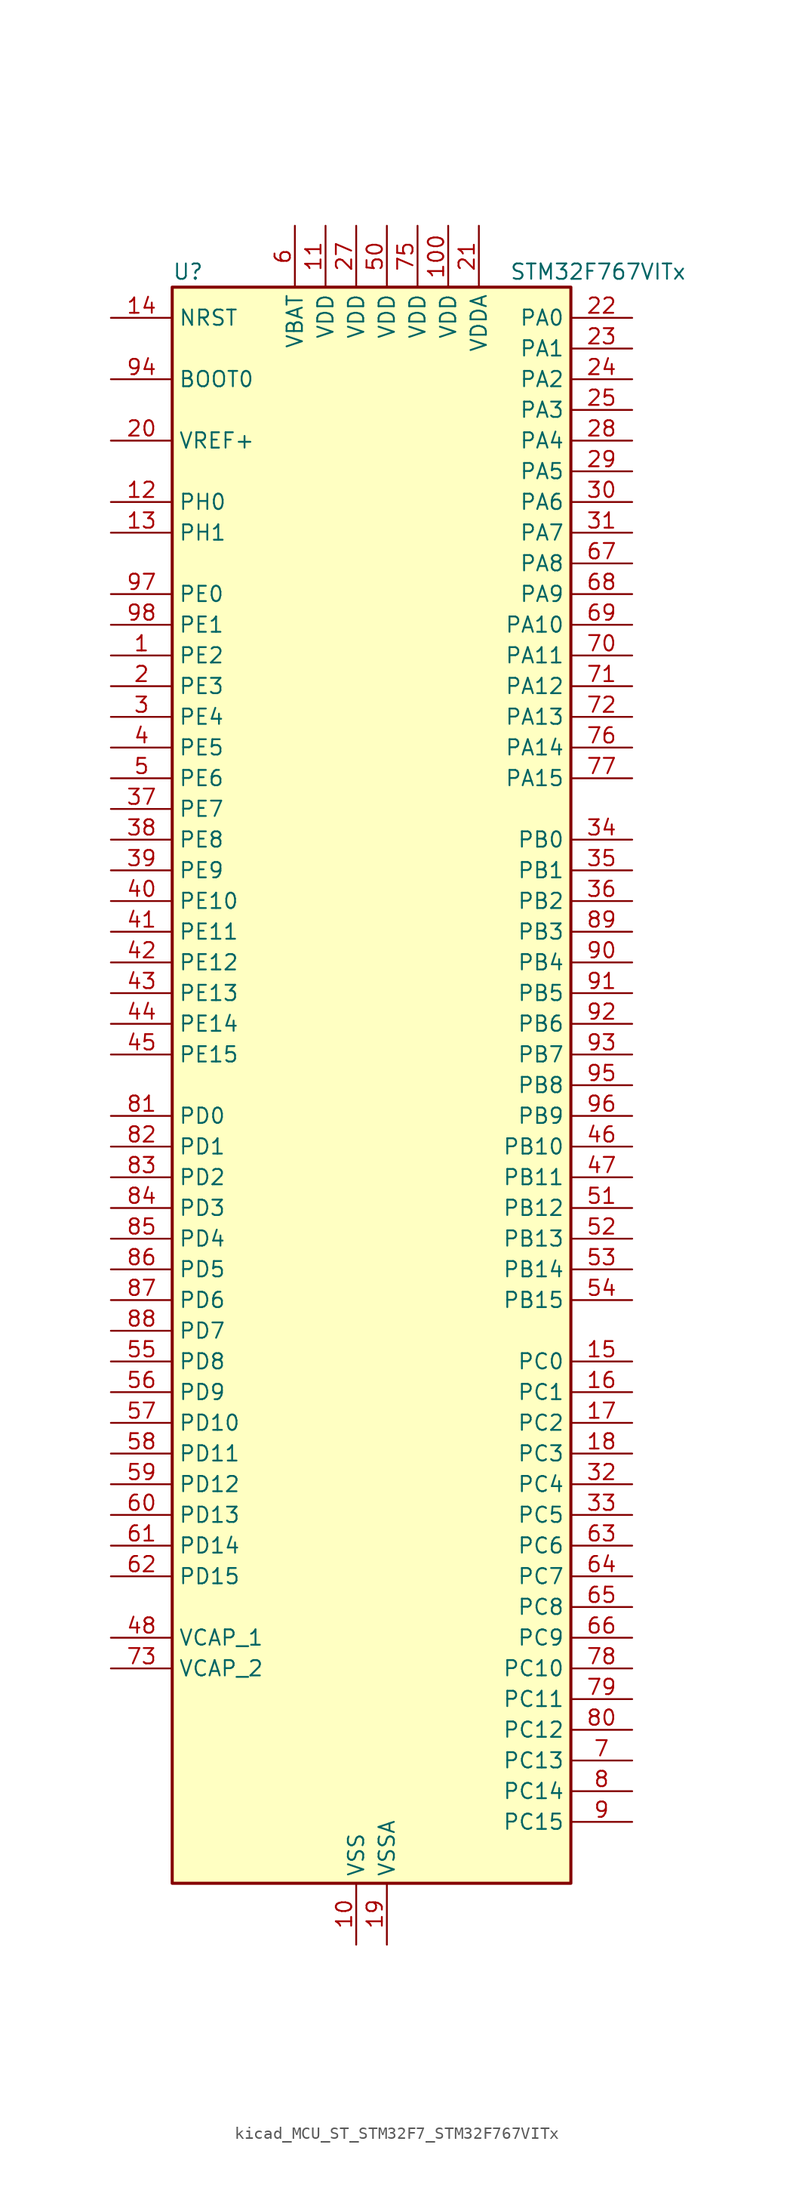
<source format=kicad_sym>
(kicad_symbol_lib
  (version 20220914)
  (generator kicad_symbol_editor)
  (symbol "kicad_MCU_ST_STM32F7_STM32F767VITx"
    (property "Reference" "U"
      (at -15.24 67.31 0)
      (effects (font (size 1.27 1.27)) (justify left)))
    (property "Value" "STM32F767VITx"
      (at 12.7 67.31 0)
      (effects (font (size 1.27 1.27)) (justify left)))
    (property "ki_locked" ""
      (at 0 0 0)
      (effects (font (size 1.27 1.27))))
    (symbol "kicad_MCU_ST_STM32F7_STM32F767VITx_0_1"
      (rectangle (start -15.24 -66.04) (end 17.78 66.04) (stroke (width 0.254) (type default)) (fill (type background))))
    (symbol "kicad_MCU_ST_STM32F7_STM32F767VITx_1_1"
      (pin bidirectional line (at -20.32 35.56 0) (length 5.08) (name "PE2" (effects (font (size 1.27 1.27)))) (number "1" (effects (font (size 1.27 1.27)))) (alternate "ETH_TXD3" bidirectional line) (alternate "FMC_A23" bidirectional line) (alternate "QUADSPI_BK1_IO2" bidirectional line) (alternate "SAI1_MCLK_A" bidirectional line) (alternate "SPI4_SCK" bidirectional line) (alternate "SYS_TRACECLK" bidirectional line))
      (pin power_in line (at 0 -71.12 90) (length 5.08) (name "VSS" (effects (font (size 1.27 1.27)))) (number "10" (effects (font (size 1.27 1.27)))))
      (pin power_in line (at 7.62 71.12 270) (length 5.08) (name "VDD" (effects (font (size 1.27 1.27)))) (number "100" (effects (font (size 1.27 1.27)))))
      (pin power_in line (at -2.54 71.12 270) (length 5.08) (name "VDD" (effects (font (size 1.27 1.27)))) (number "11" (effects (font (size 1.27 1.27)))))
      (pin bidirectional line (at -20.32 48.26 0) (length 5.08) (name "PH0" (effects (font (size 1.27 1.27)))) (number "12" (effects (font (size 1.27 1.27)))) (alternate "RCC_OSC_IN" bidirectional line))
      (pin bidirectional line (at -20.32 45.72 0) (length 5.08) (name "PH1" (effects (font (size 1.27 1.27)))) (number "13" (effects (font (size 1.27 1.27)))) (alternate "RCC_OSC_OUT" bidirectional line))
      (pin input line (at -20.32 63.5 0) (length 5.08) (name "NRST" (effects (font (size 1.27 1.27)))) (number "14" (effects (font (size 1.27 1.27)))))
      (pin bidirectional line (at 22.86 -22.86 180) (length 5.08) (name "PC0" (effects (font (size 1.27 1.27)))) (number "15" (effects (font (size 1.27 1.27)))) (alternate "ADC1_IN10" bidirectional line) (alternate "ADC2_IN10" bidirectional line) (alternate "ADC3_IN10" bidirectional line) (alternate "DFSDM1_CKIN0" bidirectional line) (alternate "DFSDM1_DATIN4" bidirectional line) (alternate "FMC_SDNWE" bidirectional line) (alternate "LTDC_R5" bidirectional line) (alternate "SAI2_FS_B" bidirectional line) (alternate "USB_OTG_HS_ULPI_STP" bidirectional line))
      (pin bidirectional line (at 22.86 -25.4 180) (length 5.08) (name "PC1" (effects (font (size 1.27 1.27)))) (number "16" (effects (font (size 1.27 1.27)))) (alternate "ADC1_IN11" bidirectional line) (alternate "ADC2_IN11" bidirectional line) (alternate "ADC3_IN11" bidirectional line) (alternate "DFSDM1_CKIN4" bidirectional line) (alternate "DFSDM1_DATIN0" bidirectional line) (alternate "ETH_MDC" bidirectional line) (alternate "I2S2_SD" bidirectional line) (alternate "MDIOS_MDC" bidirectional line) (alternate "RTC_TAMP3" bidirectional line) (alternate "RTC_TS" bidirectional line) (alternate "SAI1_SD_A" bidirectional line) (alternate "SPI2_MOSI" bidirectional line) (alternate "SYS_TRACED0" bidirectional line) (alternate "SYS_WKUP3" bidirectional line))
      (pin bidirectional line (at 22.86 -27.94 180) (length 5.08) (name "PC2" (effects (font (size 1.27 1.27)))) (number "17" (effects (font (size 1.27 1.27)))) (alternate "ADC1_IN12" bidirectional line) (alternate "ADC2_IN12" bidirectional line) (alternate "ADC3_IN12" bidirectional line) (alternate "DFSDM1_CKIN1" bidirectional line) (alternate "DFSDM1_CKOUT" bidirectional line) (alternate "ETH_TXD2" bidirectional line) (alternate "FMC_SDNE0" bidirectional line) (alternate "SPI2_MISO" bidirectional line) (alternate "USB_OTG_HS_ULPI_DIR" bidirectional line))
      (pin bidirectional line (at 22.86 -30.48 180) (length 5.08) (name "PC3" (effects (font (size 1.27 1.27)))) (number "18" (effects (font (size 1.27 1.27)))) (alternate "ADC1_IN13" bidirectional line) (alternate "ADC2_IN13" bidirectional line) (alternate "ADC3_IN13" bidirectional line) (alternate "DFSDM1_DATIN1" bidirectional line) (alternate "ETH_TX_CLK" bidirectional line) (alternate "FMC_SDCKE0" bidirectional line) (alternate "I2S2_SD" bidirectional line) (alternate "SPI2_MOSI" bidirectional line) (alternate "USB_OTG_HS_ULPI_NXT" bidirectional line))
      (pin power_in line (at 2.54 -71.12 90) (length 5.08) (name "VSSA" (effects (font (size 1.27 1.27)))) (number "19" (effects (font (size 1.27 1.27)))))
      (pin bidirectional line (at -20.32 33.02 0) (length 5.08) (name "PE3" (effects (font (size 1.27 1.27)))) (number "2" (effects (font (size 1.27 1.27)))) (alternate "FMC_A19" bidirectional line) (alternate "SAI1_SD_B" bidirectional line) (alternate "SYS_TRACED0" bidirectional line))
      (pin input line (at -20.32 53.34 0) (length 5.08) (name "VREF+" (effects (font (size 1.27 1.27)))) (number "20" (effects (font (size 1.27 1.27)))))
      (pin power_in line (at 10.16 71.12 270) (length 5.08) (name "VDDA" (effects (font (size 1.27 1.27)))) (number "21" (effects (font (size 1.27 1.27)))))
      (pin bidirectional line (at 22.86 63.5 180) (length 5.08) (name "PA0" (effects (font (size 1.27 1.27)))) (number "22" (effects (font (size 1.27 1.27)))) (alternate "ADC1_IN0" bidirectional line) (alternate "ADC2_IN0" bidirectional line) (alternate "ADC3_IN0" bidirectional line) (alternate "ETH_CRS" bidirectional line) (alternate "SAI2_SD_B" bidirectional line) (alternate "SYS_WKUP1" bidirectional line) (alternate "TIM2_CH1" bidirectional line) (alternate "TIM2_ETR" bidirectional line) (alternate "TIM5_CH1" bidirectional line) (alternate "TIM8_ETR" bidirectional line) (alternate "UART4_TX" bidirectional line) (alternate "USART2_CTS" bidirectional line))
      (pin bidirectional line (at 22.86 60.96 180) (length 5.08) (name "PA1" (effects (font (size 1.27 1.27)))) (number "23" (effects (font (size 1.27 1.27)))) (alternate "ADC1_IN1" bidirectional line) (alternate "ADC2_IN1" bidirectional line) (alternate "ADC3_IN1" bidirectional line) (alternate "ETH_REF_CLK" bidirectional line) (alternate "ETH_RX_CLK" bidirectional line) (alternate "LTDC_R2" bidirectional line) (alternate "QUADSPI_BK1_IO3" bidirectional line) (alternate "SAI2_MCLK_B" bidirectional line) (alternate "TIM2_CH2" bidirectional line) (alternate "TIM5_CH2" bidirectional line) (alternate "UART4_RX" bidirectional line) (alternate "USART2_DE" bidirectional line) (alternate "USART2_RTS" bidirectional line))
      (pin bidirectional line (at 22.86 58.42 180) (length 5.08) (name "PA2" (effects (font (size 1.27 1.27)))) (number "24" (effects (font (size 1.27 1.27)))) (alternate "ADC1_IN2" bidirectional line) (alternate "ADC2_IN2" bidirectional line) (alternate "ADC3_IN2" bidirectional line) (alternate "ETH_MDIO" bidirectional line) (alternate "LTDC_R1" bidirectional line) (alternate "MDIOS_MDIO" bidirectional line) (alternate "SAI2_SCK_B" bidirectional line) (alternate "SYS_WKUP2" bidirectional line) (alternate "TIM2_CH3" bidirectional line) (alternate "TIM5_CH3" bidirectional line) (alternate "TIM9_CH1" bidirectional line) (alternate "USART2_TX" bidirectional line))
      (pin bidirectional line (at 22.86 55.88 180) (length 5.08) (name "PA3" (effects (font (size 1.27 1.27)))) (number "25" (effects (font (size 1.27 1.27)))) (alternate "ADC1_IN3" bidirectional line) (alternate "ADC2_IN3" bidirectional line) (alternate "ADC3_IN3" bidirectional line) (alternate "ETH_COL" bidirectional line) (alternate "LTDC_B2" bidirectional line) (alternate "LTDC_B5" bidirectional line) (alternate "TIM2_CH4" bidirectional line) (alternate "TIM5_CH4" bidirectional line) (alternate "TIM9_CH2" bidirectional line) (alternate "USART2_RX" bidirectional line) (alternate "USB_OTG_HS_ULPI_D0" bidirectional line))
      (pin passive line (at 0 -71.12 90) (length 5.08) hide (name "VSS" (effects (font (size 1.27 1.27)))) (number "26" (effects (font (size 1.27 1.27)))))
      (pin power_in line (at 0 71.12 270) (length 5.08) (name "VDD" (effects (font (size 1.27 1.27)))) (number "27" (effects (font (size 1.27 1.27)))))
      (pin bidirectional line (at 22.86 53.34 180) (length 5.08) (name "PA4" (effects (font (size 1.27 1.27)))) (number "28" (effects (font (size 1.27 1.27)))) (alternate "ADC1_IN4" bidirectional line) (alternate "ADC2_IN4" bidirectional line) (alternate "DAC_OUT1" bidirectional line) (alternate "DCMI_HSYNC" bidirectional line) (alternate "I2S1_WS" bidirectional line) (alternate "I2S3_WS" bidirectional line) (alternate "LTDC_VSYNC" bidirectional line) (alternate "SPI1_NSS" bidirectional line) (alternate "SPI3_NSS" bidirectional line) (alternate "SPI6_NSS" bidirectional line) (alternate "USART2_CK" bidirectional line) (alternate "USB_OTG_HS_SOF" bidirectional line))
      (pin bidirectional line (at 22.86 50.8 180) (length 5.08) (name "PA5" (effects (font (size 1.27 1.27)))) (number "29" (effects (font (size 1.27 1.27)))) (alternate "ADC1_IN5" bidirectional line) (alternate "ADC2_IN5" bidirectional line) (alternate "DAC_OUT2" bidirectional line) (alternate "I2S1_CK" bidirectional line) (alternate "LTDC_R4" bidirectional line) (alternate "SPI1_SCK" bidirectional line) (alternate "SPI6_SCK" bidirectional line) (alternate "TIM2_CH1" bidirectional line) (alternate "TIM2_ETR" bidirectional line) (alternate "TIM8_CH1N" bidirectional line) (alternate "USB_OTG_HS_ULPI_CK" bidirectional line))
      (pin bidirectional line (at -20.32 30.48 0) (length 5.08) (name "PE4" (effects (font (size 1.27 1.27)))) (number "3" (effects (font (size 1.27 1.27)))) (alternate "DCMI_D4" bidirectional line) (alternate "DFSDM1_DATIN3" bidirectional line) (alternate "FMC_A20" bidirectional line) (alternate "LTDC_B0" bidirectional line) (alternate "SAI1_FS_A" bidirectional line) (alternate "SPI4_NSS" bidirectional line) (alternate "SYS_TRACED1" bidirectional line))
      (pin bidirectional line (at 22.86 48.26 180) (length 5.08) (name "PA6" (effects (font (size 1.27 1.27)))) (number "30" (effects (font (size 1.27 1.27)))) (alternate "ADC1_IN6" bidirectional line) (alternate "ADC2_IN6" bidirectional line) (alternate "DCMI_PIXCLK" bidirectional line) (alternate "LTDC_G2" bidirectional line) (alternate "MDIOS_MDC" bidirectional line) (alternate "SPI1_MISO" bidirectional line) (alternate "SPI6_MISO" bidirectional line) (alternate "TIM13_CH1" bidirectional line) (alternate "TIM1_BKIN" bidirectional line) (alternate "TIM3_CH1" bidirectional line) (alternate "TIM8_BKIN" bidirectional line))
      (pin bidirectional line (at 22.86 45.72 180) (length 5.08) (name "PA7" (effects (font (size 1.27 1.27)))) (number "31" (effects (font (size 1.27 1.27)))) (alternate "ADC1_IN7" bidirectional line) (alternate "ADC2_IN7" bidirectional line) (alternate "ETH_CRS_DV" bidirectional line) (alternate "ETH_RX_DV" bidirectional line) (alternate "FMC_SDNWE" bidirectional line) (alternate "I2S1_SD" bidirectional line) (alternate "SPI1_MOSI" bidirectional line) (alternate "SPI6_MOSI" bidirectional line) (alternate "TIM14_CH1" bidirectional line) (alternate "TIM1_CH1N" bidirectional line) (alternate "TIM3_CH2" bidirectional line) (alternate "TIM8_CH1N" bidirectional line))
      (pin bidirectional line (at 22.86 -33.02 180) (length 5.08) (name "PC4" (effects (font (size 1.27 1.27)))) (number "32" (effects (font (size 1.27 1.27)))) (alternate "ADC1_IN14" bidirectional line) (alternate "ADC2_IN14" bidirectional line) (alternate "DFSDM1_CKIN2" bidirectional line) (alternate "ETH_RXD0" bidirectional line) (alternate "FMC_SDNE0" bidirectional line) (alternate "I2S1_MCK" bidirectional line) (alternate "SPDIFRX_IN2" bidirectional line))
      (pin bidirectional line (at 22.86 -35.56 180) (length 5.08) (name "PC5" (effects (font (size 1.27 1.27)))) (number "33" (effects (font (size 1.27 1.27)))) (alternate "ADC1_IN15" bidirectional line) (alternate "ADC2_IN15" bidirectional line) (alternate "DFSDM1_DATIN2" bidirectional line) (alternate "ETH_RXD1" bidirectional line) (alternate "FMC_SDCKE0" bidirectional line) (alternate "SPDIFRX_IN3" bidirectional line))
      (pin bidirectional line (at 22.86 20.32 180) (length 5.08) (name "PB0" (effects (font (size 1.27 1.27)))) (number "34" (effects (font (size 1.27 1.27)))) (alternate "ADC1_IN8" bidirectional line) (alternate "ADC2_IN8" bidirectional line) (alternate "DFSDM1_CKOUT" bidirectional line) (alternate "ETH_RXD2" bidirectional line) (alternate "LTDC_G1" bidirectional line) (alternate "LTDC_R3" bidirectional line) (alternate "TIM1_CH2N" bidirectional line) (alternate "TIM3_CH3" bidirectional line) (alternate "TIM8_CH2N" bidirectional line) (alternate "UART4_CTS" bidirectional line) (alternate "USB_OTG_HS_ULPI_D1" bidirectional line))
      (pin bidirectional line (at 22.86 17.78 180) (length 5.08) (name "PB1" (effects (font (size 1.27 1.27)))) (number "35" (effects (font (size 1.27 1.27)))) (alternate "ADC1_IN9" bidirectional line) (alternate "ADC2_IN9" bidirectional line) (alternate "DFSDM1_DATIN1" bidirectional line) (alternate "ETH_RXD3" bidirectional line) (alternate "LTDC_G0" bidirectional line) (alternate "LTDC_R6" bidirectional line) (alternate "TIM1_CH3N" bidirectional line) (alternate "TIM3_CH4" bidirectional line) (alternate "TIM8_CH3N" bidirectional line) (alternate "USB_OTG_HS_ULPI_D2" bidirectional line))
      (pin bidirectional line (at 22.86 15.24 180) (length 5.08) (name "PB2" (effects (font (size 1.27 1.27)))) (number "36" (effects (font (size 1.27 1.27)))) (alternate "DFSDM1_CKIN1" bidirectional line) (alternate "I2S3_SD" bidirectional line) (alternate "QUADSPI_CLK" bidirectional line) (alternate "SAI1_SD_A" bidirectional line) (alternate "SPI3_MOSI" bidirectional line))
      (pin bidirectional line (at -20.32 22.86 0) (length 5.08) (name "PE7" (effects (font (size 1.27 1.27)))) (number "37" (effects (font (size 1.27 1.27)))) (alternate "DFSDM1_DATIN2" bidirectional line) (alternate "FMC_D4" bidirectional line) (alternate "FMC_DA4" bidirectional line) (alternate "QUADSPI_BK2_IO0" bidirectional line) (alternate "TIM1_ETR" bidirectional line) (alternate "UART7_RX" bidirectional line))
      (pin bidirectional line (at -20.32 20.32 0) (length 5.08) (name "PE8" (effects (font (size 1.27 1.27)))) (number "38" (effects (font (size 1.27 1.27)))) (alternate "DFSDM1_CKIN2" bidirectional line) (alternate "FMC_D5" bidirectional line) (alternate "FMC_DA5" bidirectional line) (alternate "QUADSPI_BK2_IO1" bidirectional line) (alternate "TIM1_CH1N" bidirectional line) (alternate "UART7_TX" bidirectional line))
      (pin bidirectional line (at -20.32 17.78 0) (length 5.08) (name "PE9" (effects (font (size 1.27 1.27)))) (number "39" (effects (font (size 1.27 1.27)))) (alternate "DAC_EXTI9" bidirectional line) (alternate "DFSDM1_CKOUT" bidirectional line) (alternate "FMC_D6" bidirectional line) (alternate "FMC_DA6" bidirectional line) (alternate "QUADSPI_BK2_IO2" bidirectional line) (alternate "TIM1_CH1" bidirectional line) (alternate "UART7_DE" bidirectional line) (alternate "UART7_RTS" bidirectional line))
      (pin bidirectional line (at -20.32 27.94 0) (length 5.08) (name "PE5" (effects (font (size 1.27 1.27)))) (number "4" (effects (font (size 1.27 1.27)))) (alternate "DCMI_D6" bidirectional line) (alternate "DFSDM1_CKIN3" bidirectional line) (alternate "FMC_A21" bidirectional line) (alternate "LTDC_G0" bidirectional line) (alternate "SAI1_SCK_A" bidirectional line) (alternate "SPI4_MISO" bidirectional line) (alternate "SYS_TRACED2" bidirectional line) (alternate "TIM9_CH1" bidirectional line))
      (pin bidirectional line (at -20.32 15.24 0) (length 5.08) (name "PE10" (effects (font (size 1.27 1.27)))) (number "40" (effects (font (size 1.27 1.27)))) (alternate "DFSDM1_DATIN4" bidirectional line) (alternate "FMC_D7" bidirectional line) (alternate "FMC_DA7" bidirectional line) (alternate "QUADSPI_BK2_IO3" bidirectional line) (alternate "TIM1_CH2N" bidirectional line) (alternate "UART7_CTS" bidirectional line))
      (pin bidirectional line (at -20.32 12.7 0) (length 5.08) (name "PE11" (effects (font (size 1.27 1.27)))) (number "41" (effects (font (size 1.27 1.27)))) (alternate "ADC1_EXTI11" bidirectional line) (alternate "ADC2_EXTI11" bidirectional line) (alternate "ADC3_EXTI11" bidirectional line) (alternate "DFSDM1_CKIN4" bidirectional line) (alternate "FMC_D8" bidirectional line) (alternate "FMC_DA8" bidirectional line) (alternate "LTDC_G3" bidirectional line) (alternate "SAI2_SD_B" bidirectional line) (alternate "SPI4_NSS" bidirectional line) (alternate "TIM1_CH2" bidirectional line))
      (pin bidirectional line (at -20.32 10.16 0) (length 5.08) (name "PE12" (effects (font (size 1.27 1.27)))) (number "42" (effects (font (size 1.27 1.27)))) (alternate "DFSDM1_DATIN5" bidirectional line) (alternate "FMC_D9" bidirectional line) (alternate "FMC_DA9" bidirectional line) (alternate "LTDC_B4" bidirectional line) (alternate "SAI2_SCK_B" bidirectional line) (alternate "SPI4_SCK" bidirectional line) (alternate "TIM1_CH3N" bidirectional line))
      (pin bidirectional line (at -20.32 7.62 0) (length 5.08) (name "PE13" (effects (font (size 1.27 1.27)))) (number "43" (effects (font (size 1.27 1.27)))) (alternate "DFSDM1_CKIN5" bidirectional line) (alternate "FMC_D10" bidirectional line) (alternate "FMC_DA10" bidirectional line) (alternate "LTDC_DE" bidirectional line) (alternate "SAI2_FS_B" bidirectional line) (alternate "SPI4_MISO" bidirectional line) (alternate "TIM1_CH3" bidirectional line))
      (pin bidirectional line (at -20.32 5.08 0) (length 5.08) (name "PE14" (effects (font (size 1.27 1.27)))) (number "44" (effects (font (size 1.27 1.27)))) (alternate "FMC_D11" bidirectional line) (alternate "FMC_DA11" bidirectional line) (alternate "LTDC_CLK" bidirectional line) (alternate "SAI2_MCLK_B" bidirectional line) (alternate "SPI4_MOSI" bidirectional line) (alternate "TIM1_CH4" bidirectional line))
      (pin bidirectional line (at -20.32 2.54 0) (length 5.08) (name "PE15" (effects (font (size 1.27 1.27)))) (number "45" (effects (font (size 1.27 1.27)))) (alternate "FMC_D12" bidirectional line) (alternate "FMC_DA12" bidirectional line) (alternate "LTDC_R7" bidirectional line) (alternate "TIM1_BKIN" bidirectional line))
      (pin bidirectional line (at 22.86 -5.08 180) (length 5.08) (name "PB10" (effects (font (size 1.27 1.27)))) (number "46" (effects (font (size 1.27 1.27)))) (alternate "DFSDM1_DATIN7" bidirectional line) (alternate "ETH_RX_ER" bidirectional line) (alternate "I2C2_SCL" bidirectional line) (alternate "I2S2_CK" bidirectional line) (alternate "LTDC_G4" bidirectional line) (alternate "QUADSPI_BK1_NCS" bidirectional line) (alternate "SPI2_SCK" bidirectional line) (alternate "TIM2_CH3" bidirectional line) (alternate "USART3_TX" bidirectional line) (alternate "USB_OTG_HS_ULPI_D3" bidirectional line))
      (pin bidirectional line (at 22.86 -7.62 180) (length 5.08) (name "PB11" (effects (font (size 1.27 1.27)))) (number "47" (effects (font (size 1.27 1.27)))) (alternate "ADC1_EXTI11" bidirectional line) (alternate "ADC2_EXTI11" bidirectional line) (alternate "ADC3_EXTI11" bidirectional line) (alternate "DFSDM1_CKIN7" bidirectional line) (alternate "ETH_TX_EN" bidirectional line) (alternate "I2C2_SDA" bidirectional line) (alternate "LTDC_G5" bidirectional line) (alternate "TIM2_CH4" bidirectional line) (alternate "USART3_RX" bidirectional line) (alternate "USB_OTG_HS_ULPI_D4" bidirectional line))
      (pin power_out line (at -20.32 -45.72 0) (length 5.08) (name "VCAP_1" (effects (font (size 1.27 1.27)))) (number "48" (effects (font (size 1.27 1.27)))))
      (pin passive line (at 0 -71.12 90) (length 5.08) hide (name "VSS" (effects (font (size 1.27 1.27)))) (number "49" (effects (font (size 1.27 1.27)))))
      (pin bidirectional line (at -20.32 25.4 0) (length 5.08) (name "PE6" (effects (font (size 1.27 1.27)))) (number "5" (effects (font (size 1.27 1.27)))) (alternate "DCMI_D7" bidirectional line) (alternate "FMC_A22" bidirectional line) (alternate "LTDC_G1" bidirectional line) (alternate "SAI1_SD_A" bidirectional line) (alternate "SAI2_MCLK_B" bidirectional line) (alternate "SPI4_MOSI" bidirectional line) (alternate "SYS_TRACED3" bidirectional line) (alternate "TIM1_BKIN2" bidirectional line) (alternate "TIM9_CH2" bidirectional line))
      (pin power_in line (at 2.54 71.12 270) (length 5.08) (name "VDD" (effects (font (size 1.27 1.27)))) (number "50" (effects (font (size 1.27 1.27)))))
      (pin bidirectional line (at 22.86 -10.16 180) (length 5.08) (name "PB12" (effects (font (size 1.27 1.27)))) (number "51" (effects (font (size 1.27 1.27)))) (alternate "CAN2_RX" bidirectional line) (alternate "DFSDM1_DATIN1" bidirectional line) (alternate "ETH_TXD0" bidirectional line) (alternate "I2C2_SMBA" bidirectional line) (alternate "I2S2_WS" bidirectional line) (alternate "SPI2_NSS" bidirectional line) (alternate "TIM1_BKIN" bidirectional line) (alternate "UART5_RX" bidirectional line) (alternate "USART3_CK" bidirectional line) (alternate "USB_OTG_HS_ID" bidirectional line) (alternate "USB_OTG_HS_ULPI_D5" bidirectional line))
      (pin bidirectional line (at 22.86 -12.7 180) (length 5.08) (name "PB13" (effects (font (size 1.27 1.27)))) (number "52" (effects (font (size 1.27 1.27)))) (alternate "CAN2_TX" bidirectional line) (alternate "DFSDM1_CKIN1" bidirectional line) (alternate "ETH_TXD1" bidirectional line) (alternate "I2S2_CK" bidirectional line) (alternate "SPI2_SCK" bidirectional line) (alternate "TIM1_CH1N" bidirectional line) (alternate "UART5_TX" bidirectional line) (alternate "USART3_CTS" bidirectional line) (alternate "USB_OTG_HS_ULPI_D6" bidirectional line) (alternate "USB_OTG_HS_VBUS" bidirectional line))
      (pin bidirectional line (at 22.86 -15.24 180) (length 5.08) (name "PB14" (effects (font (size 1.27 1.27)))) (number "53" (effects (font (size 1.27 1.27)))) (alternate "DFSDM1_DATIN2" bidirectional line) (alternate "SDMMC2_D0" bidirectional line) (alternate "SPI2_MISO" bidirectional line) (alternate "TIM12_CH1" bidirectional line) (alternate "TIM1_CH2N" bidirectional line) (alternate "TIM8_CH2N" bidirectional line) (alternate "UART4_DE" bidirectional line) (alternate "UART4_RTS" bidirectional line) (alternate "USART1_TX" bidirectional line) (alternate "USART3_DE" bidirectional line) (alternate "USART3_RTS" bidirectional line) (alternate "USB_OTG_HS_DM" bidirectional line))
      (pin bidirectional line (at 22.86 -17.78 180) (length 5.08) (name "PB15" (effects (font (size 1.27 1.27)))) (number "54" (effects (font (size 1.27 1.27)))) (alternate "DFSDM1_CKIN2" bidirectional line) (alternate "I2S2_SD" bidirectional line) (alternate "RTC_REFIN" bidirectional line) (alternate "SDMMC2_D1" bidirectional line) (alternate "SPI2_MOSI" bidirectional line) (alternate "TIM12_CH2" bidirectional line) (alternate "TIM1_CH3N" bidirectional line) (alternate "TIM8_CH3N" bidirectional line) (alternate "UART4_CTS" bidirectional line) (alternate "USART1_RX" bidirectional line) (alternate "USB_OTG_HS_DP" bidirectional line))
      (pin bidirectional line (at -20.32 -22.86 0) (length 5.08) (name "PD8" (effects (font (size 1.27 1.27)))) (number "55" (effects (font (size 1.27 1.27)))) (alternate "DFSDM1_CKIN3" bidirectional line) (alternate "FMC_D13" bidirectional line) (alternate "FMC_DA13" bidirectional line) (alternate "SPDIFRX_IN1" bidirectional line) (alternate "USART3_TX" bidirectional line))
      (pin bidirectional line (at -20.32 -25.4 0) (length 5.08) (name "PD9" (effects (font (size 1.27 1.27)))) (number "56" (effects (font (size 1.27 1.27)))) (alternate "DAC_EXTI9" bidirectional line) (alternate "DFSDM1_DATIN3" bidirectional line) (alternate "FMC_D14" bidirectional line) (alternate "FMC_DA14" bidirectional line) (alternate "USART3_RX" bidirectional line))
      (pin bidirectional line (at -20.32 -27.94 0) (length 5.08) (name "PD10" (effects (font (size 1.27 1.27)))) (number "57" (effects (font (size 1.27 1.27)))) (alternate "DFSDM1_CKOUT" bidirectional line) (alternate "FMC_D15" bidirectional line) (alternate "FMC_DA15" bidirectional line) (alternate "LTDC_B3" bidirectional line) (alternate "USART3_CK" bidirectional line))
      (pin bidirectional line (at -20.32 -30.48 0) (length 5.08) (name "PD11" (effects (font (size 1.27 1.27)))) (number "58" (effects (font (size 1.27 1.27)))) (alternate "ADC1_EXTI11" bidirectional line) (alternate "ADC2_EXTI11" bidirectional line) (alternate "ADC3_EXTI11" bidirectional line) (alternate "FMC_A16" bidirectional line) (alternate "FMC_CLE" bidirectional line) (alternate "I2C4_SMBA" bidirectional line) (alternate "QUADSPI_BK1_IO0" bidirectional line) (alternate "SAI2_SD_A" bidirectional line) (alternate "USART3_CTS" bidirectional line))
      (pin bidirectional line (at -20.32 -33.02 0) (length 5.08) (name "PD12" (effects (font (size 1.27 1.27)))) (number "59" (effects (font (size 1.27 1.27)))) (alternate "FMC_A17" bidirectional line) (alternate "FMC_ALE" bidirectional line) (alternate "I2C4_SCL" bidirectional line) (alternate "LPTIM1_IN1" bidirectional line) (alternate "QUADSPI_BK1_IO1" bidirectional line) (alternate "SAI2_FS_A" bidirectional line) (alternate "TIM4_CH1" bidirectional line) (alternate "USART3_DE" bidirectional line) (alternate "USART3_RTS" bidirectional line))
      (pin power_in line (at -5.08 71.12 270) (length 5.08) (name "VBAT" (effects (font (size 1.27 1.27)))) (number "6" (effects (font (size 1.27 1.27)))))
      (pin bidirectional line (at -20.32 -35.56 0) (length 5.08) (name "PD13" (effects (font (size 1.27 1.27)))) (number "60" (effects (font (size 1.27 1.27)))) (alternate "FMC_A18" bidirectional line) (alternate "I2C4_SDA" bidirectional line) (alternate "LPTIM1_OUT" bidirectional line) (alternate "QUADSPI_BK1_IO3" bidirectional line) (alternate "SAI2_SCK_A" bidirectional line) (alternate "TIM4_CH2" bidirectional line))
      (pin bidirectional line (at -20.32 -38.1 0) (length 5.08) (name "PD14" (effects (font (size 1.27 1.27)))) (number "61" (effects (font (size 1.27 1.27)))) (alternate "FMC_D0" bidirectional line) (alternate "FMC_DA0" bidirectional line) (alternate "TIM4_CH3" bidirectional line) (alternate "UART8_CTS" bidirectional line))
      (pin bidirectional line (at -20.32 -40.64 0) (length 5.08) (name "PD15" (effects (font (size 1.27 1.27)))) (number "62" (effects (font (size 1.27 1.27)))) (alternate "FMC_D1" bidirectional line) (alternate "FMC_DA1" bidirectional line) (alternate "TIM4_CH4" bidirectional line) (alternate "UART8_DE" bidirectional line) (alternate "UART8_RTS" bidirectional line))
      (pin bidirectional line (at 22.86 -38.1 180) (length 5.08) (name "PC6" (effects (font (size 1.27 1.27)))) (number "63" (effects (font (size 1.27 1.27)))) (alternate "DCMI_D0" bidirectional line) (alternate "DFSDM1_CKIN3" bidirectional line) (alternate "FMC_NWAIT" bidirectional line) (alternate "I2S2_MCK" bidirectional line) (alternate "LTDC_HSYNC" bidirectional line) (alternate "SDMMC1_D6" bidirectional line) (alternate "SDMMC2_D6" bidirectional line) (alternate "TIM3_CH1" bidirectional line) (alternate "TIM8_CH1" bidirectional line) (alternate "USART6_TX" bidirectional line))
      (pin bidirectional line (at 22.86 -40.64 180) (length 5.08) (name "PC7" (effects (font (size 1.27 1.27)))) (number "64" (effects (font (size 1.27 1.27)))) (alternate "DCMI_D1" bidirectional line) (alternate "DFSDM1_DATIN3" bidirectional line) (alternate "FMC_NE1" bidirectional line) (alternate "I2S3_MCK" bidirectional line) (alternate "LTDC_G6" bidirectional line) (alternate "SDMMC1_D7" bidirectional line) (alternate "SDMMC2_D7" bidirectional line) (alternate "TIM3_CH2" bidirectional line) (alternate "TIM8_CH2" bidirectional line) (alternate "USART6_RX" bidirectional line))
      (pin bidirectional line (at 22.86 -43.18 180) (length 5.08) (name "PC8" (effects (font (size 1.27 1.27)))) (number "65" (effects (font (size 1.27 1.27)))) (alternate "DCMI_D2" bidirectional line) (alternate "FMC_NCE" bidirectional line) (alternate "FMC_NE2" bidirectional line) (alternate "SDMMC1_D0" bidirectional line) (alternate "SYS_TRACED1" bidirectional line) (alternate "TIM3_CH3" bidirectional line) (alternate "TIM8_CH3" bidirectional line) (alternate "UART5_DE" bidirectional line) (alternate "UART5_RTS" bidirectional line) (alternate "USART6_CK" bidirectional line))
      (pin bidirectional line (at 22.86 -45.72 180) (length 5.08) (name "PC9" (effects (font (size 1.27 1.27)))) (number "66" (effects (font (size 1.27 1.27)))) (alternate "DAC_EXTI9" bidirectional line) (alternate "DCMI_D3" bidirectional line) (alternate "I2C3_SDA" bidirectional line) (alternate "I2S_CKIN" bidirectional line) (alternate "LTDC_B2" bidirectional line) (alternate "LTDC_G3" bidirectional line) (alternate "QUADSPI_BK1_IO0" bidirectional line) (alternate "RCC_MCO_2" bidirectional line) (alternate "SDMMC1_D1" bidirectional line) (alternate "TIM3_CH4" bidirectional line) (alternate "TIM8_CH4" bidirectional line) (alternate "UART5_CTS" bidirectional line))
      (pin bidirectional line (at 22.86 43.18 180) (length 5.08) (name "PA8" (effects (font (size 1.27 1.27)))) (number "67" (effects (font (size 1.27 1.27)))) (alternate "CAN3_RX" bidirectional line) (alternate "I2C3_SCL" bidirectional line) (alternate "LTDC_B3" bidirectional line) (alternate "LTDC_R6" bidirectional line) (alternate "RCC_MCO_1" bidirectional line) (alternate "TIM1_CH1" bidirectional line) (alternate "TIM8_BKIN2" bidirectional line) (alternate "UART7_RX" bidirectional line) (alternate "USART1_CK" bidirectional line) (alternate "USB_OTG_FS_SOF" bidirectional line))
      (pin bidirectional line (at 22.86 40.64 180) (length 5.08) (name "PA9" (effects (font (size 1.27 1.27)))) (number "68" (effects (font (size 1.27 1.27)))) (alternate "DAC_EXTI9" bidirectional line) (alternate "DCMI_D0" bidirectional line) (alternate "I2C3_SMBA" bidirectional line) (alternate "I2S2_CK" bidirectional line) (alternate "LTDC_R5" bidirectional line) (alternate "SPI2_SCK" bidirectional line) (alternate "TIM1_CH2" bidirectional line) (alternate "USART1_TX" bidirectional line) (alternate "USB_OTG_FS_VBUS" bidirectional line))
      (pin bidirectional line (at 22.86 38.1 180) (length 5.08) (name "PA10" (effects (font (size 1.27 1.27)))) (number "69" (effects (font (size 1.27 1.27)))) (alternate "DCMI_D1" bidirectional line) (alternate "LTDC_B1" bidirectional line) (alternate "LTDC_B4" bidirectional line) (alternate "MDIOS_MDIO" bidirectional line) (alternate "TIM1_CH3" bidirectional line) (alternate "USART1_RX" bidirectional line) (alternate "USB_OTG_FS_ID" bidirectional line))
      (pin bidirectional line (at 22.86 -55.88 180) (length 5.08) (name "PC13" (effects (font (size 1.27 1.27)))) (number "7" (effects (font (size 1.27 1.27)))) (alternate "RTC_OUT" bidirectional line) (alternate "RTC_TAMP1" bidirectional line) (alternate "RTC_TS" bidirectional line) (alternate "SYS_WKUP4" bidirectional line))
      (pin bidirectional line (at 22.86 35.56 180) (length 5.08) (name "PA11" (effects (font (size 1.27 1.27)))) (number "70" (effects (font (size 1.27 1.27)))) (alternate "ADC1_EXTI11" bidirectional line) (alternate "ADC2_EXTI11" bidirectional line) (alternate "ADC3_EXTI11" bidirectional line) (alternate "CAN1_RX" bidirectional line) (alternate "I2S2_WS" bidirectional line) (alternate "LTDC_R4" bidirectional line) (alternate "SPI2_NSS" bidirectional line) (alternate "TIM1_CH4" bidirectional line) (alternate "UART4_RX" bidirectional line) (alternate "USART1_CTS" bidirectional line) (alternate "USB_OTG_FS_DM" bidirectional line))
      (pin bidirectional line (at 22.86 33.02 180) (length 5.08) (name "PA12" (effects (font (size 1.27 1.27)))) (number "71" (effects (font (size 1.27 1.27)))) (alternate "CAN1_TX" bidirectional line) (alternate "I2S2_CK" bidirectional line) (alternate "LTDC_R5" bidirectional line) (alternate "SAI2_FS_B" bidirectional line) (alternate "SPI2_SCK" bidirectional line) (alternate "TIM1_ETR" bidirectional line) (alternate "UART4_TX" bidirectional line) (alternate "USART1_DE" bidirectional line) (alternate "USART1_RTS" bidirectional line) (alternate "USB_OTG_FS_DP" bidirectional line))
      (pin bidirectional line (at 22.86 30.48 180) (length 5.08) (name "PA13" (effects (font (size 1.27 1.27)))) (number "72" (effects (font (size 1.27 1.27)))) (alternate "SYS_JTMS-SWDIO" bidirectional line))
      (pin power_out line (at -20.32 -48.26 0) (length 5.08) (name "VCAP_2" (effects (font (size 1.27 1.27)))) (number "73" (effects (font (size 1.27 1.27)))))
      (pin passive line (at 0 -71.12 90) (length 5.08) hide (name "VSS" (effects (font (size 1.27 1.27)))) (number "74" (effects (font (size 1.27 1.27)))))
      (pin power_in line (at 5.08 71.12 270) (length 5.08) (name "VDD" (effects (font (size 1.27 1.27)))) (number "75" (effects (font (size 1.27 1.27)))))
      (pin bidirectional line (at 22.86 27.94 180) (length 5.08) (name "PA14" (effects (font (size 1.27 1.27)))) (number "76" (effects (font (size 1.27 1.27)))) (alternate "SYS_JTCK-SWCLK" bidirectional line))
      (pin bidirectional line (at 22.86 25.4 180) (length 5.08) (name "PA15" (effects (font (size 1.27 1.27)))) (number "77" (effects (font (size 1.27 1.27)))) (alternate "CAN3_TX" bidirectional line) (alternate "CEC" bidirectional line) (alternate "I2S1_WS" bidirectional line) (alternate "I2S3_WS" bidirectional line) (alternate "SPI1_NSS" bidirectional line) (alternate "SPI3_NSS" bidirectional line) (alternate "SPI6_NSS" bidirectional line) (alternate "SYS_JTDI" bidirectional line) (alternate "TIM2_CH1" bidirectional line) (alternate "TIM2_ETR" bidirectional line) (alternate "UART4_DE" bidirectional line) (alternate "UART4_RTS" bidirectional line) (alternate "UART7_TX" bidirectional line))
      (pin bidirectional line (at 22.86 -48.26 180) (length 5.08) (name "PC10" (effects (font (size 1.27 1.27)))) (number "78" (effects (font (size 1.27 1.27)))) (alternate "DCMI_D8" bidirectional line) (alternate "DFSDM1_CKIN5" bidirectional line) (alternate "I2S3_CK" bidirectional line) (alternate "LTDC_R2" bidirectional line) (alternate "QUADSPI_BK1_IO1" bidirectional line) (alternate "SDMMC1_D2" bidirectional line) (alternate "SPI3_SCK" bidirectional line) (alternate "UART4_TX" bidirectional line) (alternate "USART3_TX" bidirectional line))
      (pin bidirectional line (at 22.86 -50.8 180) (length 5.08) (name "PC11" (effects (font (size 1.27 1.27)))) (number "79" (effects (font (size 1.27 1.27)))) (alternate "ADC1_EXTI11" bidirectional line) (alternate "ADC2_EXTI11" bidirectional line) (alternate "ADC3_EXTI11" bidirectional line) (alternate "DCMI_D4" bidirectional line) (alternate "DFSDM1_DATIN5" bidirectional line) (alternate "QUADSPI_BK2_NCS" bidirectional line) (alternate "SDMMC1_D3" bidirectional line) (alternate "SPI3_MISO" bidirectional line) (alternate "UART4_RX" bidirectional line) (alternate "USART3_RX" bidirectional line))
      (pin bidirectional line (at 22.86 -58.42 180) (length 5.08) (name "PC14" (effects (font (size 1.27 1.27)))) (number "8" (effects (font (size 1.27 1.27)))) (alternate "RCC_OSC32_IN" bidirectional line))
      (pin bidirectional line (at 22.86 -53.34 180) (length 5.08) (name "PC12" (effects (font (size 1.27 1.27)))) (number "80" (effects (font (size 1.27 1.27)))) (alternate "DCMI_D9" bidirectional line) (alternate "I2S3_SD" bidirectional line) (alternate "SDMMC1_CK" bidirectional line) (alternate "SPI3_MOSI" bidirectional line) (alternate "SYS_TRACED3" bidirectional line) (alternate "UART5_TX" bidirectional line) (alternate "USART3_CK" bidirectional line))
      (pin bidirectional line (at -20.32 -2.54 0) (length 5.08) (name "PD0" (effects (font (size 1.27 1.27)))) (number "81" (effects (font (size 1.27 1.27)))) (alternate "CAN1_RX" bidirectional line) (alternate "DFSDM1_CKIN6" bidirectional line) (alternate "DFSDM1_DATIN7" bidirectional line) (alternate "FMC_D2" bidirectional line) (alternate "FMC_DA2" bidirectional line) (alternate "UART4_RX" bidirectional line))
      (pin bidirectional line (at -20.32 -5.08 0) (length 5.08) (name "PD1" (effects (font (size 1.27 1.27)))) (number "82" (effects (font (size 1.27 1.27)))) (alternate "CAN1_TX" bidirectional line) (alternate "DFSDM1_CKIN7" bidirectional line) (alternate "DFSDM1_DATIN6" bidirectional line) (alternate "FMC_D3" bidirectional line) (alternate "FMC_DA3" bidirectional line) (alternate "UART4_TX" bidirectional line))
      (pin bidirectional line (at -20.32 -7.62 0) (length 5.08) (name "PD2" (effects (font (size 1.27 1.27)))) (number "83" (effects (font (size 1.27 1.27)))) (alternate "DCMI_D11" bidirectional line) (alternate "SDMMC1_CMD" bidirectional line) (alternate "SYS_TRACED2" bidirectional line) (alternate "TIM3_ETR" bidirectional line) (alternate "UART5_RX" bidirectional line))
      (pin bidirectional line (at -20.32 -10.16 0) (length 5.08) (name "PD3" (effects (font (size 1.27 1.27)))) (number "84" (effects (font (size 1.27 1.27)))) (alternate "DCMI_D5" bidirectional line) (alternate "DFSDM1_CKOUT" bidirectional line) (alternate "DFSDM1_DATIN0" bidirectional line) (alternate "FMC_CLK" bidirectional line) (alternate "I2S2_CK" bidirectional line) (alternate "LTDC_G7" bidirectional line) (alternate "SPI2_SCK" bidirectional line) (alternate "USART2_CTS" bidirectional line))
      (pin bidirectional line (at -20.32 -12.7 0) (length 5.08) (name "PD4" (effects (font (size 1.27 1.27)))) (number "85" (effects (font (size 1.27 1.27)))) (alternate "DFSDM1_CKIN0" bidirectional line) (alternate "FMC_NOE" bidirectional line) (alternate "USART2_DE" bidirectional line) (alternate "USART2_RTS" bidirectional line))
      (pin bidirectional line (at -20.32 -15.24 0) (length 5.08) (name "PD5" (effects (font (size 1.27 1.27)))) (number "86" (effects (font (size 1.27 1.27)))) (alternate "FMC_NWE" bidirectional line) (alternate "USART2_TX" bidirectional line))
      (pin bidirectional line (at -20.32 -17.78 0) (length 5.08) (name "PD6" (effects (font (size 1.27 1.27)))) (number "87" (effects (font (size 1.27 1.27)))) (alternate "DCMI_D10" bidirectional line) (alternate "DFSDM1_CKIN4" bidirectional line) (alternate "DFSDM1_DATIN1" bidirectional line) (alternate "FMC_NWAIT" bidirectional line) (alternate "I2S3_SD" bidirectional line) (alternate "LTDC_B2" bidirectional line) (alternate "SAI1_SD_A" bidirectional line) (alternate "SDMMC2_CK" bidirectional line) (alternate "SPI3_MOSI" bidirectional line) (alternate "USART2_RX" bidirectional line))
      (pin bidirectional line (at -20.32 -20.32 0) (length 5.08) (name "PD7" (effects (font (size 1.27 1.27)))) (number "88" (effects (font (size 1.27 1.27)))) (alternate "DFSDM1_CKIN1" bidirectional line) (alternate "DFSDM1_DATIN4" bidirectional line) (alternate "FMC_NE1" bidirectional line) (alternate "I2S1_SD" bidirectional line) (alternate "SDMMC2_CMD" bidirectional line) (alternate "SPDIFRX_IN0" bidirectional line) (alternate "SPI1_MOSI" bidirectional line) (alternate "USART2_CK" bidirectional line))
      (pin bidirectional line (at 22.86 12.7 180) (length 5.08) (name "PB3" (effects (font (size 1.27 1.27)))) (number "89" (effects (font (size 1.27 1.27)))) (alternate "CAN3_RX" bidirectional line) (alternate "I2S1_CK" bidirectional line) (alternate "I2S3_CK" bidirectional line) (alternate "SDMMC2_D2" bidirectional line) (alternate "SPI1_SCK" bidirectional line) (alternate "SPI3_SCK" bidirectional line) (alternate "SPI6_SCK" bidirectional line) (alternate "SYS_JTDO-SWO" bidirectional line) (alternate "TIM2_CH2" bidirectional line) (alternate "UART7_RX" bidirectional line))
      (pin bidirectional line (at 22.86 -60.96 180) (length 5.08) (name "PC15" (effects (font (size 1.27 1.27)))) (number "9" (effects (font (size 1.27 1.27)))) (alternate "RCC_OSC32_OUT" bidirectional line))
      (pin bidirectional line (at 22.86 10.16 180) (length 5.08) (name "PB4" (effects (font (size 1.27 1.27)))) (number "90" (effects (font (size 1.27 1.27)))) (alternate "CAN3_TX" bidirectional line) (alternate "I2S2_WS" bidirectional line) (alternate "SDMMC2_D3" bidirectional line) (alternate "SPI1_MISO" bidirectional line) (alternate "SPI2_NSS" bidirectional line) (alternate "SPI3_MISO" bidirectional line) (alternate "SPI6_MISO" bidirectional line) (alternate "SYS_JTRST" bidirectional line) (alternate "TIM3_CH1" bidirectional line) (alternate "UART7_TX" bidirectional line))
      (pin bidirectional line (at 22.86 7.62 180) (length 5.08) (name "PB5" (effects (font (size 1.27 1.27)))) (number "91" (effects (font (size 1.27 1.27)))) (alternate "CAN2_RX" bidirectional line) (alternate "DCMI_D10" bidirectional line) (alternate "ETH_PPS_OUT" bidirectional line) (alternate "FMC_SDCKE1" bidirectional line) (alternate "I2C1_SMBA" bidirectional line) (alternate "I2S1_SD" bidirectional line) (alternate "I2S3_SD" bidirectional line) (alternate "LTDC_G7" bidirectional line) (alternate "SPI1_MOSI" bidirectional line) (alternate "SPI3_MOSI" bidirectional line) (alternate "SPI6_MOSI" bidirectional line) (alternate "TIM3_CH2" bidirectional line) (alternate "UART5_RX" bidirectional line) (alternate "USB_OTG_HS_ULPI_D7" bidirectional line))
      (pin bidirectional line (at 22.86 5.08 180) (length 5.08) (name "PB6" (effects (font (size 1.27 1.27)))) (number "92" (effects (font (size 1.27 1.27)))) (alternate "CAN2_TX" bidirectional line) (alternate "CEC" bidirectional line) (alternate "DCMI_D5" bidirectional line) (alternate "DFSDM1_DATIN5" bidirectional line) (alternate "FMC_SDNE1" bidirectional line) (alternate "I2C1_SCL" bidirectional line) (alternate "I2C4_SCL" bidirectional line) (alternate "QUADSPI_BK1_NCS" bidirectional line) (alternate "TIM4_CH1" bidirectional line) (alternate "UART5_TX" bidirectional line) (alternate "USART1_TX" bidirectional line))
      (pin bidirectional line (at 22.86 2.54 180) (length 5.08) (name "PB7" (effects (font (size 1.27 1.27)))) (number "93" (effects (font (size 1.27 1.27)))) (alternate "DCMI_VSYNC" bidirectional line) (alternate "DFSDM1_CKIN5" bidirectional line) (alternate "FMC_NL" bidirectional line) (alternate "I2C1_SDA" bidirectional line) (alternate "I2C4_SDA" bidirectional line) (alternate "TIM4_CH2" bidirectional line) (alternate "USART1_RX" bidirectional line))
      (pin input line (at -20.32 58.42 0) (length 5.08) (name "BOOT0" (effects (font (size 1.27 1.27)))) (number "94" (effects (font (size 1.27 1.27)))))
      (pin bidirectional line (at 22.86 0 180) (length 5.08) (name "PB8" (effects (font (size 1.27 1.27)))) (number "95" (effects (font (size 1.27 1.27)))) (alternate "CAN1_RX" bidirectional line) (alternate "DCMI_D6" bidirectional line) (alternate "DFSDM1_CKIN7" bidirectional line) (alternate "ETH_TXD3" bidirectional line) (alternate "I2C1_SCL" bidirectional line) (alternate "I2C4_SCL" bidirectional line) (alternate "LTDC_B6" bidirectional line) (alternate "SDMMC1_D4" bidirectional line) (alternate "SDMMC2_D4" bidirectional line) (alternate "TIM10_CH1" bidirectional line) (alternate "TIM4_CH3" bidirectional line) (alternate "UART5_RX" bidirectional line))
      (pin bidirectional line (at 22.86 -2.54 180) (length 5.08) (name "PB9" (effects (font (size 1.27 1.27)))) (number "96" (effects (font (size 1.27 1.27)))) (alternate "CAN1_TX" bidirectional line) (alternate "DAC_EXTI9" bidirectional line) (alternate "DCMI_D7" bidirectional line) (alternate "DFSDM1_DATIN7" bidirectional line) (alternate "I2C1_SDA" bidirectional line) (alternate "I2C4_SDA" bidirectional line) (alternate "I2C4_SMBA" bidirectional line) (alternate "I2S2_WS" bidirectional line) (alternate "LTDC_B7" bidirectional line) (alternate "SDMMC1_D5" bidirectional line) (alternate "SDMMC2_D5" bidirectional line) (alternate "SPI2_NSS" bidirectional line) (alternate "TIM11_CH1" bidirectional line) (alternate "TIM4_CH4" bidirectional line) (alternate "UART5_TX" bidirectional line))
      (pin bidirectional line (at -20.32 40.64 0) (length 5.08) (name "PE0" (effects (font (size 1.27 1.27)))) (number "97" (effects (font (size 1.27 1.27)))) (alternate "DCMI_D2" bidirectional line) (alternate "FMC_NBL0" bidirectional line) (alternate "LPTIM1_ETR" bidirectional line) (alternate "SAI2_MCLK_A" bidirectional line) (alternate "TIM4_ETR" bidirectional line) (alternate "UART8_RX" bidirectional line))
      (pin bidirectional line (at -20.32 38.1 0) (length 5.08) (name "PE1" (effects (font (size 1.27 1.27)))) (number "98" (effects (font (size 1.27 1.27)))) (alternate "DCMI_D3" bidirectional line) (alternate "FMC_NBL1" bidirectional line) (alternate "LPTIM1_IN2" bidirectional line) (alternate "UART8_TX" bidirectional line))
      (pin passive line (at 0 -71.12 90) (length 5.08) hide (name "VSS" (effects (font (size 1.27 1.27)))) (number "99" (effects (font (size 1.27 1.27))))))))
</source>
